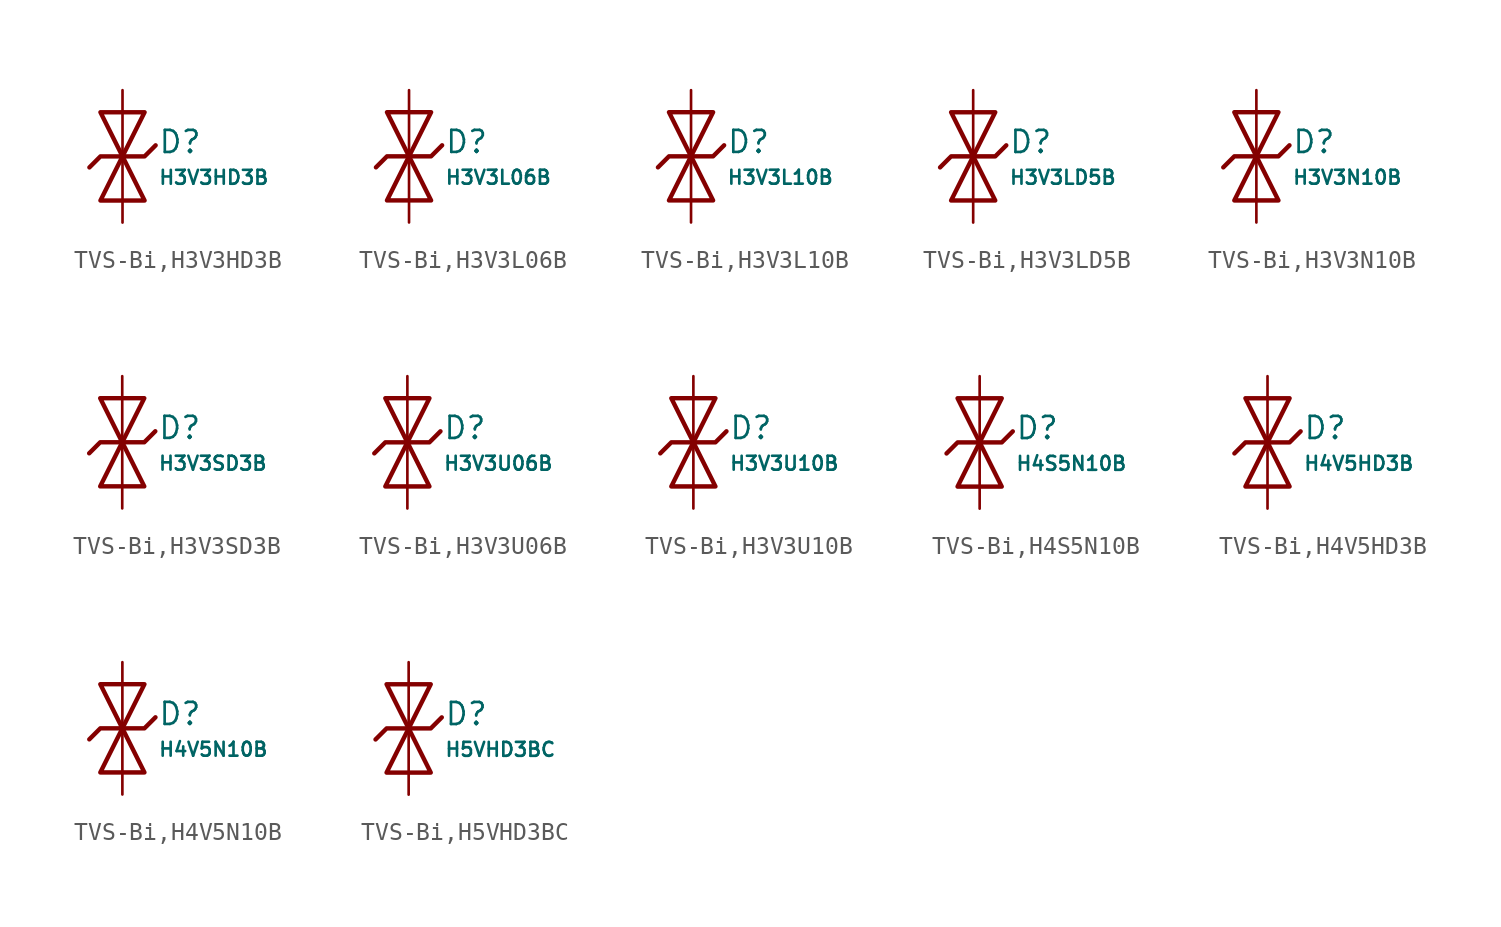
<source format=kicad_sym>
(kicad_symbol_lib
  (version 20231120)
  (generator "CDFER")
  (generator_version "8.0")
  (symbol "TVS-Bi,H3V3HD3B"
    (pin_numbers hide)
    (pin_names
      (offset 0))
    (property "Reference" "D"
      (at 2.032 0.834 0)
      (effects (font (size 1.27 1.27)) (justify left)))
    (property "Value" "H3V3HD3B"
      (at 2.032 -1.212 0)
      (effects (font (size 0.8 0.8)) (justify left)))
    (symbol "TVS-Bi,H3V3HD3B_0_1"
      (polyline (pts (xy -1.27 2.54) (xy 0 0) (xy 1.27 2.54) (xy -1.27 2.54)) (stroke (width 0.254) (type default)) (fill (type none))))
    (symbol "TVS-Bi,H3V3HD3B_0_1"
      (polyline (pts (xy 1.27 -2.54) (xy 0 0) (xy -1.27 -2.54) (xy 1.27 -2.54)) (stroke (width 0.254) (type default)) (fill (type none))))
    (symbol "TVS-Bi,H3V3HD3B_0_1"
      (polyline (pts (xy -1.905 -0.635) (xy -1.27 0) (xy 1.27 0) (xy 1.905 0.635)) (stroke (width 0.254) (type default)) (fill (type none))))
    (symbol "TVS-Bi,H3V3HD3B_1_1"
      (pin passive line (at 0 3.81 270) (length 3.81) (name "~" (effects (font (size 1.27 1.27)))) (number "2" (effects (font (size 1.27 1.27)))))
      (pin passive line (at 0 -3.81 90) (length 3.81) (name "~" (effects (font (size 1.27 1.27)))) (number "1" (effects (font (size 1.27 1.27)))))))
  (symbol "TVS-Bi,H3V3L06B"
    (pin_numbers hide)
    (pin_names
      (offset 0))
    (property "Reference" "D"
      (at 2.032 0.834 0)
      (effects (font (size 1.27 1.27)) (justify left)))
    (property "Value" "H3V3L06B"
      (at 2.032 -1.212 0)
      (effects (font (size 0.8 0.8)) (justify left)))
    (symbol "TVS-Bi,H3V3L06B_0_1"
      (polyline (pts (xy -1.27 2.54) (xy 0 0) (xy 1.27 2.54) (xy -1.27 2.54)) (stroke (width 0.254) (type default)) (fill (type none))))
    (symbol "TVS-Bi,H3V3L06B_0_1"
      (polyline (pts (xy 1.27 -2.54) (xy 0 0) (xy -1.27 -2.54) (xy 1.27 -2.54)) (stroke (width 0.254) (type default)) (fill (type none))))
    (symbol "TVS-Bi,H3V3L06B_0_1"
      (polyline (pts (xy -1.905 -0.635) (xy -1.27 0) (xy 1.27 0) (xy 1.905 0.635)) (stroke (width 0.254) (type default)) (fill (type none))))
    (symbol "TVS-Bi,H3V3L06B_1_1"
      (pin passive line (at 0 3.81 270) (length 3.81) (name "~" (effects (font (size 1.27 1.27)))) (number "2" (effects (font (size 1.27 1.27)))))
      (pin passive line (at 0 -3.81 90) (length 3.81) (name "~" (effects (font (size 1.27 1.27)))) (number "1" (effects (font (size 1.27 1.27)))))))
  (symbol "TVS-Bi,H3V3L10B"
    (pin_numbers hide)
    (pin_names
      (offset 0))
    (property "Reference" "D"
      (at 2.032 0.834 0)
      (effects (font (size 1.27 1.27)) (justify left)))
    (property "Value" "H3V3L10B"
      (at 2.032 -1.212 0)
      (effects (font (size 0.8 0.8)) (justify left)))
    (symbol "TVS-Bi,H3V3L10B_0_1"
      (polyline (pts (xy -1.27 2.54) (xy 0 0) (xy 1.27 2.54) (xy -1.27 2.54)) (stroke (width 0.254) (type default)) (fill (type none))))
    (symbol "TVS-Bi,H3V3L10B_0_1"
      (polyline (pts (xy 1.27 -2.54) (xy 0 0) (xy -1.27 -2.54) (xy 1.27 -2.54)) (stroke (width 0.254) (type default)) (fill (type none))))
    (symbol "TVS-Bi,H3V3L10B_0_1"
      (polyline (pts (xy -1.905 -0.635) (xy -1.27 0) (xy 1.27 0) (xy 1.905 0.635)) (stroke (width 0.254) (type default)) (fill (type none))))
    (symbol "TVS-Bi,H3V3L10B_1_1"
      (pin passive line (at 0 3.81 270) (length 3.81) (name "~" (effects (font (size 1.27 1.27)))) (number "2" (effects (font (size 1.27 1.27)))))
      (pin passive line (at 0 -3.81 90) (length 3.81) (name "~" (effects (font (size 1.27 1.27)))) (number "1" (effects (font (size 1.27 1.27)))))))
  (symbol "TVS-Bi,H3V3LD5B"
    (pin_numbers hide)
    (pin_names
      (offset 0))
    (property "Reference" "D"
      (at 2.032 0.834 0)
      (effects (font (size 1.27 1.27)) (justify left)))
    (property "Value" "H3V3LD5B"
      (at 2.032 -1.212 0)
      (effects (font (size 0.8 0.8)) (justify left)))
    (symbol "TVS-Bi,H3V3LD5B_0_1"
      (polyline (pts (xy -1.27 2.54) (xy 0 0) (xy 1.27 2.54) (xy -1.27 2.54)) (stroke (width 0.254) (type default)) (fill (type none))))
    (symbol "TVS-Bi,H3V3LD5B_0_1"
      (polyline (pts (xy 1.27 -2.54) (xy 0 0) (xy -1.27 -2.54) (xy 1.27 -2.54)) (stroke (width 0.254) (type default)) (fill (type none))))
    (symbol "TVS-Bi,H3V3LD5B_0_1"
      (polyline (pts (xy -1.905 -0.635) (xy -1.27 0) (xy 1.27 0) (xy 1.905 0.635)) (stroke (width 0.254) (type default)) (fill (type none))))
    (symbol "TVS-Bi,H3V3LD5B_1_1"
      (pin passive line (at 0 3.81 270) (length 3.81) (name "~" (effects (font (size 1.27 1.27)))) (number "2" (effects (font (size 1.27 1.27)))))
      (pin passive line (at 0 -3.81 90) (length 3.81) (name "~" (effects (font (size 1.27 1.27)))) (number "1" (effects (font (size 1.27 1.27)))))))
  (symbol "TVS-Bi,H3V3N10B"
    (pin_numbers hide)
    (pin_names
      (offset 0))
    (property "Reference" "D"
      (at 2.032 0.834 0)
      (effects (font (size 1.27 1.27)) (justify left)))
    (property "Value" "H3V3N10B"
      (at 2.032 -1.212 0)
      (effects (font (size 0.8 0.8)) (justify left)))
    (symbol "TVS-Bi,H3V3N10B_0_1"
      (polyline (pts (xy -1.27 2.54) (xy 0 0) (xy 1.27 2.54) (xy -1.27 2.54)) (stroke (width 0.254) (type default)) (fill (type none))))
    (symbol "TVS-Bi,H3V3N10B_0_1"
      (polyline (pts (xy 1.27 -2.54) (xy 0 0) (xy -1.27 -2.54) (xy 1.27 -2.54)) (stroke (width 0.254) (type default)) (fill (type none))))
    (symbol "TVS-Bi,H3V3N10B_0_1"
      (polyline (pts (xy -1.905 -0.635) (xy -1.27 0) (xy 1.27 0) (xy 1.905 0.635)) (stroke (width 0.254) (type default)) (fill (type none))))
    (symbol "TVS-Bi,H3V3N10B_1_1"
      (pin passive line (at 0 3.81 270) (length 3.81) (name "~" (effects (font (size 1.27 1.27)))) (number "2" (effects (font (size 1.27 1.27)))))
      (pin passive line (at 0 -3.81 90) (length 3.81) (name "~" (effects (font (size 1.27 1.27)))) (number "1" (effects (font (size 1.27 1.27)))))))
  (symbol "TVS-Bi,H3V3SD3B"
    (pin_numbers hide)
    (pin_names
      (offset 0))
    (property "Reference" "D"
      (at 2.032 0.834 0)
      (effects (font (size 1.27 1.27)) (justify left)))
    (property "Value" "H3V3SD3B"
      (at 2.032 -1.212 0)
      (effects (font (size 0.8 0.8)) (justify left)))
    (symbol "TVS-Bi,H3V3SD3B_0_1"
      (polyline (pts (xy -1.27 2.54) (xy 0 0) (xy 1.27 2.54) (xy -1.27 2.54)) (stroke (width 0.254) (type default)) (fill (type none))))
    (symbol "TVS-Bi,H3V3SD3B_0_1"
      (polyline (pts (xy 1.27 -2.54) (xy 0 0) (xy -1.27 -2.54) (xy 1.27 -2.54)) (stroke (width 0.254) (type default)) (fill (type none))))
    (symbol "TVS-Bi,H3V3SD3B_0_1"
      (polyline (pts (xy -1.905 -0.635) (xy -1.27 0) (xy 1.27 0) (xy 1.905 0.635)) (stroke (width 0.254) (type default)) (fill (type none))))
    (symbol "TVS-Bi,H3V3SD3B_1_1"
      (pin passive line (at 0 3.81 270) (length 3.81) (name "~" (effects (font (size 1.27 1.27)))) (number "2" (effects (font (size 1.27 1.27)))))
      (pin passive line (at 0 -3.81 90) (length 3.81) (name "~" (effects (font (size 1.27 1.27)))) (number "1" (effects (font (size 1.27 1.27)))))))
  (symbol "TVS-Bi,H3V3U06B"
    (pin_numbers hide)
    (pin_names
      (offset 0))
    (property "Reference" "D"
      (at 2.032 0.834 0)
      (effects (font (size 1.27 1.27)) (justify left)))
    (property "Value" "H3V3U06B"
      (at 2.032 -1.212 0)
      (effects (font (size 0.8 0.8)) (justify left)))
    (symbol "TVS-Bi,H3V3U06B_0_1"
      (polyline (pts (xy -1.27 2.54) (xy 0 0) (xy 1.27 2.54) (xy -1.27 2.54)) (stroke (width 0.254) (type default)) (fill (type none))))
    (symbol "TVS-Bi,H3V3U06B_0_1"
      (polyline (pts (xy 1.27 -2.54) (xy 0 0) (xy -1.27 -2.54) (xy 1.27 -2.54)) (stroke (width 0.254) (type default)) (fill (type none))))
    (symbol "TVS-Bi,H3V3U06B_0_1"
      (polyline (pts (xy -1.905 -0.635) (xy -1.27 0) (xy 1.27 0) (xy 1.905 0.635)) (stroke (width 0.254) (type default)) (fill (type none))))
    (symbol "TVS-Bi,H3V3U06B_1_1"
      (pin passive line (at 0 3.81 270) (length 3.81) (name "~" (effects (font (size 1.27 1.27)))) (number "2" (effects (font (size 1.27 1.27)))))
      (pin passive line (at 0 -3.81 90) (length 3.81) (name "~" (effects (font (size 1.27 1.27)))) (number "1" (effects (font (size 1.27 1.27)))))))
  (symbol "TVS-Bi,H3V3U10B"
    (pin_numbers hide)
    (pin_names
      (offset 0))
    (property "Reference" "D"
      (at 2.032 0.834 0)
      (effects (font (size 1.27 1.27)) (justify left)))
    (property "Value" "H3V3U10B"
      (at 2.032 -1.212 0)
      (effects (font (size 0.8 0.8)) (justify left)))
    (symbol "TVS-Bi,H3V3U10B_0_1"
      (polyline (pts (xy -1.27 2.54) (xy 0 0) (xy 1.27 2.54) (xy -1.27 2.54)) (stroke (width 0.254) (type default)) (fill (type none))))
    (symbol "TVS-Bi,H3V3U10B_0_1"
      (polyline (pts (xy 1.27 -2.54) (xy 0 0) (xy -1.27 -2.54) (xy 1.27 -2.54)) (stroke (width 0.254) (type default)) (fill (type none))))
    (symbol "TVS-Bi,H3V3U10B_0_1"
      (polyline (pts (xy -1.905 -0.635) (xy -1.27 0) (xy 1.27 0) (xy 1.905 0.635)) (stroke (width 0.254) (type default)) (fill (type none))))
    (symbol "TVS-Bi,H3V3U10B_1_1"
      (pin passive line (at 0 3.81 270) (length 3.81) (name "~" (effects (font (size 1.27 1.27)))) (number "2" (effects (font (size 1.27 1.27)))))
      (pin passive line (at 0 -3.81 90) (length 3.81) (name "~" (effects (font (size 1.27 1.27)))) (number "1" (effects (font (size 1.27 1.27)))))))
  (symbol "TVS-Bi,H4S5N10B"
    (pin_numbers hide)
    (pin_names
      (offset 0))
    (property "Reference" "D"
      (at 2.032 0.834 0)
      (effects (font (size 1.27 1.27)) (justify left)))
    (property "Value" "H4S5N10B"
      (at 2.032 -1.212 0)
      (effects (font (size 0.8 0.8)) (justify left)))
    (symbol "TVS-Bi,H4S5N10B_0_1"
      (polyline (pts (xy -1.27 2.54) (xy 0 0) (xy 1.27 2.54) (xy -1.27 2.54)) (stroke (width 0.254) (type default)) (fill (type none))))
    (symbol "TVS-Bi,H4S5N10B_0_1"
      (polyline (pts (xy 1.27 -2.54) (xy 0 0) (xy -1.27 -2.54) (xy 1.27 -2.54)) (stroke (width 0.254) (type default)) (fill (type none))))
    (symbol "TVS-Bi,H4S5N10B_0_1"
      (polyline (pts (xy -1.905 -0.635) (xy -1.27 0) (xy 1.27 0) (xy 1.905 0.635)) (stroke (width 0.254) (type default)) (fill (type none))))
    (symbol "TVS-Bi,H4S5N10B_1_1"
      (pin passive line (at 0 3.81 270) (length 3.81) (name "~" (effects (font (size 1.27 1.27)))) (number "2" (effects (font (size 1.27 1.27)))))
      (pin passive line (at 0 -3.81 90) (length 3.81) (name "~" (effects (font (size 1.27 1.27)))) (number "1" (effects (font (size 1.27 1.27)))))))
  (symbol "TVS-Bi,H4V5HD3B"
    (pin_numbers hide)
    (pin_names
      (offset 0))
    (property "Reference" "D"
      (at 2.032 0.834 0)
      (effects (font (size 1.27 1.27)) (justify left)))
    (property "Value" "H4V5HD3B"
      (at 2.032 -1.212 0)
      (effects (font (size 0.8 0.8)) (justify left)))
    (symbol "TVS-Bi,H4V5HD3B_0_1"
      (polyline (pts (xy -1.27 2.54) (xy 0 0) (xy 1.27 2.54) (xy -1.27 2.54)) (stroke (width 0.254) (type default)) (fill (type none))))
    (symbol "TVS-Bi,H4V5HD3B_0_1"
      (polyline (pts (xy 1.27 -2.54) (xy 0 0) (xy -1.27 -2.54) (xy 1.27 -2.54)) (stroke (width 0.254) (type default)) (fill (type none))))
    (symbol "TVS-Bi,H4V5HD3B_0_1"
      (polyline (pts (xy -1.905 -0.635) (xy -1.27 0) (xy 1.27 0) (xy 1.905 0.635)) (stroke (width 0.254) (type default)) (fill (type none))))
    (symbol "TVS-Bi,H4V5HD3B_1_1"
      (pin passive line (at 0 3.81 270) (length 3.81) (name "~" (effects (font (size 1.27 1.27)))) (number "2" (effects (font (size 1.27 1.27)))))
      (pin passive line (at 0 -3.81 90) (length 3.81) (name "~" (effects (font (size 1.27 1.27)))) (number "1" (effects (font (size 1.27 1.27)))))))
  (symbol "TVS-Bi,H4V5N10B"
    (pin_numbers hide)
    (pin_names
      (offset 0))
    (property "Reference" "D"
      (at 2.032 0.834 0)
      (effects (font (size 1.27 1.27)) (justify left)))
    (property "Value" "H4V5N10B"
      (at 2.032 -1.212 0)
      (effects (font (size 0.8 0.8)) (justify left)))
    (symbol "TVS-Bi,H4V5N10B_0_1"
      (polyline (pts (xy -1.27 2.54) (xy 0 0) (xy 1.27 2.54) (xy -1.27 2.54)) (stroke (width 0.254) (type default)) (fill (type none))))
    (symbol "TVS-Bi,H4V5N10B_0_1"
      (polyline (pts (xy 1.27 -2.54) (xy 0 0) (xy -1.27 -2.54) (xy 1.27 -2.54)) (stroke (width 0.254) (type default)) (fill (type none))))
    (symbol "TVS-Bi,H4V5N10B_0_1"
      (polyline (pts (xy -1.905 -0.635) (xy -1.27 0) (xy 1.27 0) (xy 1.905 0.635)) (stroke (width 0.254) (type default)) (fill (type none))))
    (symbol "TVS-Bi,H4V5N10B_1_1"
      (pin passive line (at 0 3.81 270) (length 3.81) (name "~" (effects (font (size 1.27 1.27)))) (number "2" (effects (font (size 1.27 1.27)))))
      (pin passive line (at 0 -3.81 90) (length 3.81) (name "~" (effects (font (size 1.27 1.27)))) (number "1" (effects (font (size 1.27 1.27)))))))
  (symbol "TVS-Bi,H5VHD3BC"
    (pin_numbers hide)
    (pin_names
      (offset 0))
    (property "Reference" "D"
      (at 2.032 0.834 0)
      (effects (font (size 1.27 1.27)) (justify left)))
    (property "Value" "H5VHD3BC"
      (at 2.032 -1.212 0)
      (effects (font (size 0.8 0.8)) (justify left)))
    (symbol "TVS-Bi,H5VHD3BC_0_1"
      (polyline (pts (xy -1.27 2.54) (xy 0 0) (xy 1.27 2.54) (xy -1.27 2.54)) (stroke (width 0.254) (type default)) (fill (type none))))
    (symbol "TVS-Bi,H5VHD3BC_0_1"
      (polyline (pts (xy 1.27 -2.54) (xy 0 0) (xy -1.27 -2.54) (xy 1.27 -2.54)) (stroke (width 0.254) (type default)) (fill (type none))))
    (symbol "TVS-Bi,H5VHD3BC_0_1"
      (polyline (pts (xy -1.905 -0.635) (xy -1.27 0) (xy 1.27 0) (xy 1.905 0.635)) (stroke (width 0.254) (type default)) (fill (type none))))
    (symbol "TVS-Bi,H5VHD3BC_1_1"
      (pin passive line (at 0 3.81 270) (length 3.81) (name "~" (effects (font (size 1.27 1.27)))) (number "2" (effects (font (size 1.27 1.27)))))
      (pin passive line (at 0 -3.81 90) (length 3.81) (name "~" (effects (font (size 1.27 1.27)))) (number "1" (effects (font (size 1.27 1.27))))))))
</source>
